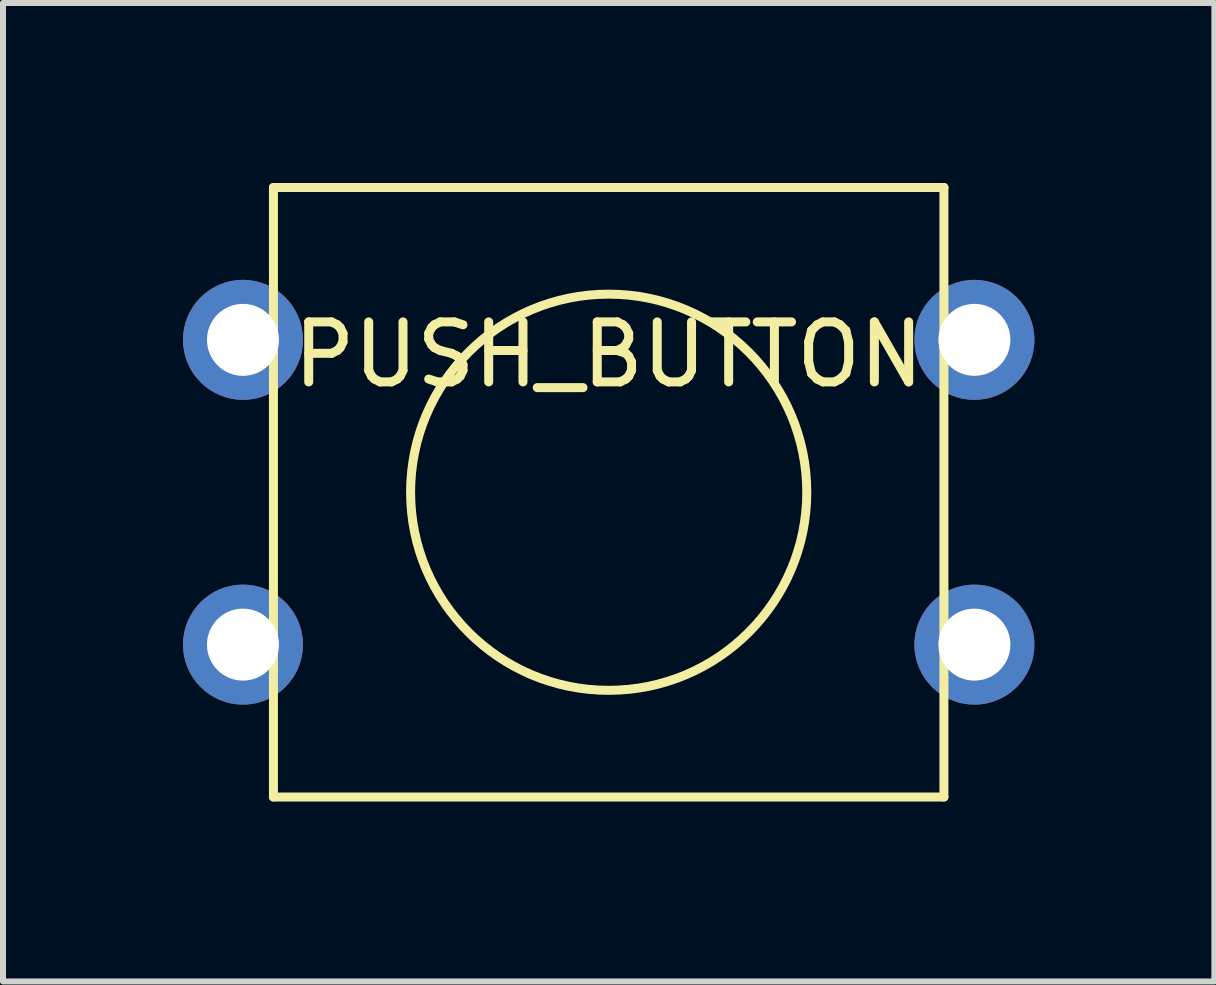
<source format=kicad_pcb>
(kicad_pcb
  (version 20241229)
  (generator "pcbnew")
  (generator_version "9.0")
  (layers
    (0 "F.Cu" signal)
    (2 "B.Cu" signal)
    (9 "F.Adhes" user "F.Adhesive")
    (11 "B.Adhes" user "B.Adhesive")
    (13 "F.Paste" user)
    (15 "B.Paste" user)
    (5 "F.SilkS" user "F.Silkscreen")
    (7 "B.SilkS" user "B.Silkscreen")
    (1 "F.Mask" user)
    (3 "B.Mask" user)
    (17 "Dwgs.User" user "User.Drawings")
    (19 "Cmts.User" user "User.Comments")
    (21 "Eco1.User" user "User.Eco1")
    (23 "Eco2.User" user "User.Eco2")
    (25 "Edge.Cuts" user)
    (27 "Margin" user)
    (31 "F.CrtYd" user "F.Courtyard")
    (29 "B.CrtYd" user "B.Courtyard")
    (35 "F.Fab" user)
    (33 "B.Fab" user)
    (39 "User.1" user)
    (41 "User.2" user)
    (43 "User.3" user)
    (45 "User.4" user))
  (footprint "PUSH_BUTTON"
    (layer "F.Cu")
    (at 7.096 5.155)
    (property "Reference" "PUSH_BUTTON" (at 0 -2.294 0) (layer "F.SilkS") (effects (font (size 1 1) (thickness 0.15))))
    (attr through_hole)
    (fp_line (start -5.588 -5.08) (end -5.588 5.08) (stroke (width 0.15) (type solid)) (layer "F.SilkS"))
    (fp_line (start -5.588 5.08) (end 5.588 5.08) (stroke (width 0.15) (type solid)) (layer "F.SilkS"))
    (fp_line (start 5.588 -5.08) (end -5.588 -5.08) (stroke (width 0.15) (type solid)) (layer "F.SilkS"))
    (fp_line (start 5.588 5.08) (end 5.588 -5.08) (stroke (width 0.15) (type solid)) (layer "F.SilkS"))
    (fp_circle (center 0 0) (end 3.302 0) (stroke (width 0.15) (type solid)) (fill no) (layer "F.SilkS"))
    (pad "1" thru_hole circle (at -6.096 -2.54) (size 2 2) (drill 1.2) (layers "*.Cu" "*.Mask"))
    (pad "2" thru_hole circle (at 6.096 -2.54) (size 2 2) (drill 1.2) (layers "*.Cu" "*.Mask"))
    (pad "3" thru_hole circle (at -6.096 2.54) (size 2 2) (drill 1.2) (layers "*.Cu" "*.Mask"))
    (pad "4" thru_hole circle (at 6.096 2.54) (size 2 2) (drill 1.2) (layers "*.Cu" "*.Mask")))
  (gr_rect
    (start -3 -3)
    (end 17.192 13.31)
    (stroke (width 0.1) (type default))
    (fill no)
    (layer "Edge.Cuts")))
</source>
